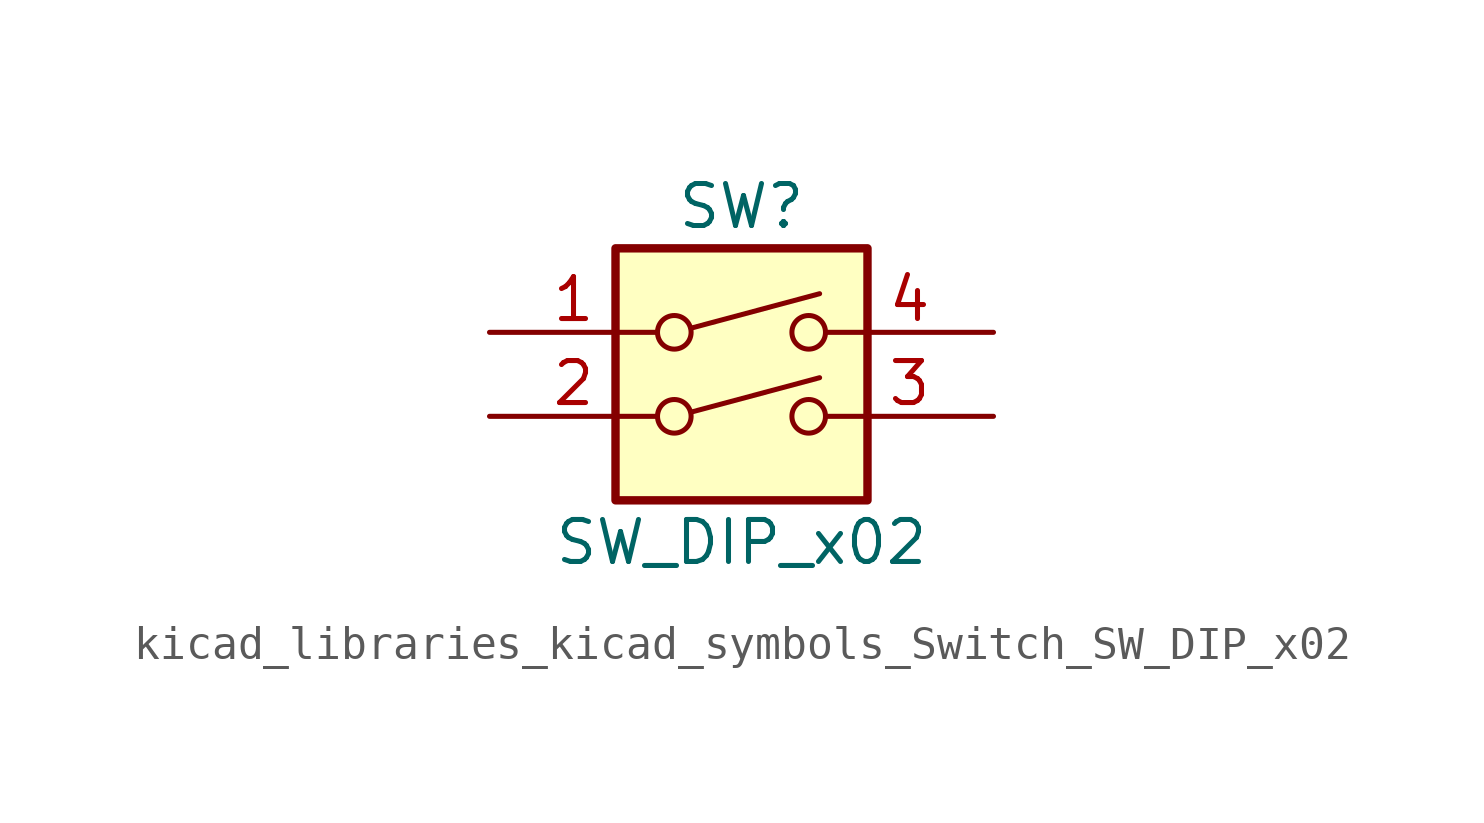
<source format=kicad_sym>
(kicad_symbol_lib
  (version 20220914)
  (generator kicad_symbol_editor)
  (symbol "kicad_libraries_kicad_symbols_Switch_SW_DIP_x02"
    (pin_names
      (offset 0) hide)
    (property "Reference" "SW"
      (at 0 6.35 0)
      (effects (font (size 1.27 1.27))))
    (property "Value" "SW_DIP_x02"
      (at 0 -3.81 0)
      (effects (font (size 1.27 1.27))))
    (symbol "kicad_libraries_kicad_symbols_Switch_SW_DIP_x02_0_0"
      (circle (center -2.032 0) (radius 0.508) (stroke (width 0) (type default)) (fill (type none)))
      (circle (center -2.032 2.54) (radius 0.508) (stroke (width 0) (type default)) (fill (type none)))
      (polyline (pts (xy -1.524 0.127) (xy 2.362 1.168)) (stroke (width 0) (type default)) (fill (type none)))
      (polyline (pts (xy -1.524 2.667) (xy 2.362 3.708)) (stroke (width 0) (type default)) (fill (type none)))
      (circle (center 2.032 0) (radius 0.508) (stroke (width 0) (type default)) (fill (type none)))
      (circle (center 2.032 2.54) (radius 0.508) (stroke (width 0) (type default)) (fill (type none))))
    (symbol "kicad_libraries_kicad_symbols_Switch_SW_DIP_x02_0_1"
      (rectangle (start -3.81 5.08) (end 3.81 -2.54) (stroke (width 0.254) (type default)) (fill (type background))))
    (symbol "kicad_libraries_kicad_symbols_Switch_SW_DIP_x02_1_1"
      (pin passive line (at -7.62 2.54 0) (length 5.08) (name "~" (effects (font (size 1.27 1.27)))) (number "1" (effects (font (size 1.27 1.27)))))
      (pin passive line (at -7.62 0 0) (length 5.08) (name "~" (effects (font (size 1.27 1.27)))) (number "2" (effects (font (size 1.27 1.27)))))
      (pin passive line (at 7.62 0 180) (length 5.08) (name "~" (effects (font (size 1.27 1.27)))) (number "3" (effects (font (size 1.27 1.27)))))
      (pin passive line (at 7.62 2.54 180) (length 5.08) (name "~" (effects (font (size 1.27 1.27)))) (number "4" (effects (font (size 1.27 1.27))))))))
</source>
